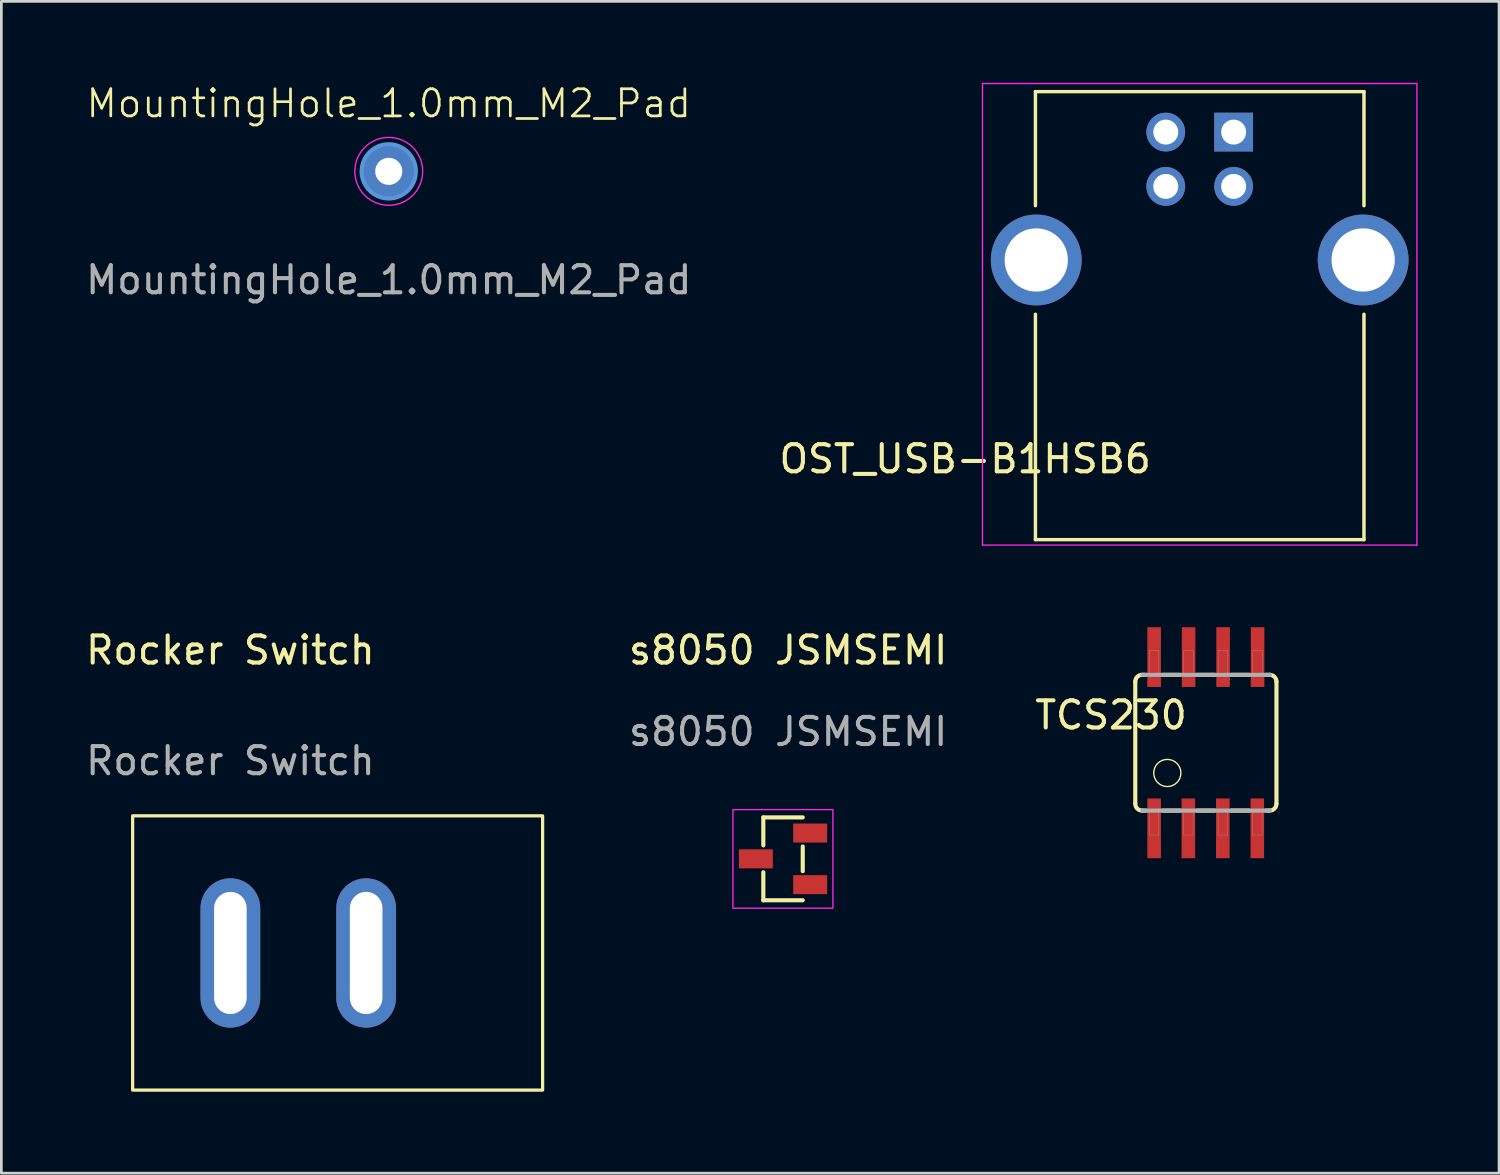
<source format=kicad_pcb>
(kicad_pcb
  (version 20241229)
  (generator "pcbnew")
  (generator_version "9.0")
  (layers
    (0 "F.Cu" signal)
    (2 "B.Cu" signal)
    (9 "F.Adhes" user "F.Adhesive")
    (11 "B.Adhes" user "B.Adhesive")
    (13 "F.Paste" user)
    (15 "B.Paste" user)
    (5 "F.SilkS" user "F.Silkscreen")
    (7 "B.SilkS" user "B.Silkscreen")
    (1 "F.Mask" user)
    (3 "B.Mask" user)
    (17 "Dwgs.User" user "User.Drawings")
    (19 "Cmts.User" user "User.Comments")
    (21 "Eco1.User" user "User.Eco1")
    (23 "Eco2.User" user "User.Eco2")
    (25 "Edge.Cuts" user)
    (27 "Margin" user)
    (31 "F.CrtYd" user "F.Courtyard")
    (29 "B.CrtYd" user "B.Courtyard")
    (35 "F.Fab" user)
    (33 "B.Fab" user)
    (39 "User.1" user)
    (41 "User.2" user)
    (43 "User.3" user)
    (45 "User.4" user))
  (footprint "Rocker Switch"
    (layer "F.Cu")
    (at 5.435 32.048)
    (property "Reference" "Rocker Switch" (at 0 -11.15 0) (unlocked yes) (layer "F.SilkS") (effects (font (size 1 1) (thickness 0.15))))
    (attr through_hole)
    (fp_rect (start 11.5 5.05) (end -3.6 -5.05) (stroke (width 0.12) (type solid)) (fill no) (layer "F.SilkS"))
    (fp_text user "${REFERENCE}" (at 0 -7.075 0) (unlocked yes) (layer "F.Fab") (effects (font (size 1 1) (thickness 0.15))))
    (pad "1" thru_hole oval (at 0 0) (size 2.2 5.5) (drill oval 1.2 4.5) (layers "*.Cu" "*.Mask"))
    (pad "2" thru_hole oval (at 5 0) (size 2.2 5.5) (drill oval 1.2 4.5) (layers "*.Cu" "*.Mask")))
  (footprint "MountingHole_1.0mm_M2_Pad"
    (layer "F.Cu")
    (at 11.268 4.761)
    (property "Reference" "MountingHole_1.0mm_M2_Pad" (at 0 -4 0) (unlocked yes) (layer "F.SilkS") (effects (font (size 1 1) (thickness 0.1))))
    (attr through_hole)
    (fp_circle (center 0 -1.5) (end 1 -1.5) (stroke (width 0.15) (type solid)) (fill no) (layer "Cmts.User"))
    (fp_circle (center 0 -1.5) (end 1.25 -1.5) (stroke (width 0.05) (type solid)) (fill no) (layer "F.CrtYd"))
    (fp_text user "${REFERENCE}" (at 0 2.5 0) (unlocked yes) (layer "F.Fab") (effects (font (size 1 1) (thickness 0.15))))
    (pad "1" thru_hole circle (at 0 -1.5) (size 2 2) (drill 1) (layers "*.Cu" "*.Mask")))
  (footprint "TCS230"
    (layer "F.Cu")
    (at 41.362 24.304)
    (property "Reference" "TCS230" (at -3.493 -1.016 180) (layer "F.SilkS") (effects (font (size 1 1) (thickness 0.15))))
    (attr smd)
    (fp_line (start -2.6 -2.25) (end -2.6 2.24) (stroke (width 0.152) (type solid)) (layer "F.SilkS"))
    (fp_line (start -2.21 -2.5) (end -2.34 -2.5) (stroke (width 0.152) (type solid)) (layer "F.SilkS"))
    (fp_line (start -2.21 2.5) (end -2.34 2.5) (stroke (width 0.152) (type solid)) (layer "F.SilkS"))
    (fp_line (start -1.59 -2.5) (end -0.95 -2.5) (stroke (width 0.152) (type solid)) (layer "F.SilkS"))
    (fp_line (start -0.95 2.5) (end -1.59 2.5) (stroke (width 0.152) (type solid)) (layer "F.SilkS"))
    (fp_line (start -0.32 -2.5) (end 0.32 -2.5) (stroke (width 0.152) (type solid)) (layer "F.SilkS"))
    (fp_line (start 0.32 2.5) (end -0.33 2.5) (stroke (width 0.152) (type solid)) (layer "F.SilkS"))
    (fp_line (start 0.95 -2.5) (end 1.59 -2.5) (stroke (width 0.152) (type solid)) (layer "F.SilkS"))
    (fp_line (start 1.59 2.5) (end 0.94 2.5) (stroke (width 0.152) (type solid)) (layer "F.SilkS"))
    (fp_line (start 2.2 2.5) (end 2.33 2.5) (stroke (width 0.152) (type solid)) (layer "F.SilkS"))
    (fp_line (start 2.21 -2.5) (end 2.36 -2.5) (stroke (width 0.152) (type solid)) (layer "F.SilkS"))
    (fp_line (start 2.6 2.25) (end 2.6 -2.25) (stroke (width 0.152) (type solid)) (layer "F.SilkS"))
    (fp_arc (start -2.6 -2.25) (mid -2.526777 -2.426777) (end -2.35 -2.5) (stroke (width 0.1524) (type solid)) (layer "F.SilkS"))
    (fp_arc (start -2.35 2.5) (mid -2.526777 2.426777) (end -2.6 2.25) (stroke (width 0.1524) (type solid)) (layer "F.SilkS"))
    (fp_arc (start 2.35 -2.5) (mid 2.526777 -2.426777) (end 2.6 -2.25) (stroke (width 0.1524) (type solid)) (layer "F.SilkS"))
    (fp_arc (start 2.6 2.25) (mid 2.526777 2.426777) (end 2.35 2.5) (stroke (width 0.1524) (type solid)) (layer "F.SilkS"))
    (fp_circle (center -1.42 1.115) (end -0.92 1.115) (stroke (width 0.051) (type solid)) (fill no) (layer "F.SilkS"))
    (fp_line (start -2.34 -2.5) (end 2.36 -2.5) (stroke (width 0.152) (type solid)) (layer "F.Fab"))
    (fp_line (start 2.36 2.5) (end -2.34 2.5) (stroke (width 0.152) (type solid)) (layer "F.Fab"))
    (fp_poly (pts (xy -2.08 -3.4) (xy -1.73 -3.4) (xy -1.73 -2.5) (xy -2.08 -2.5)) (stroke (width 0.01) (type solid)) (fill no) (layer "F.Fab"))
    (fp_poly (pts (xy -2.08 2.5) (xy -1.73 2.5) (xy -1.73 3.4) (xy -2.08 3.4)) (stroke (width 0.01) (type solid)) (fill no) (layer "F.Fab"))
    (fp_poly (pts (xy -0.82 2.5) (xy -0.47 2.5) (xy -0.47 3.4) (xy -0.82 3.4)) (stroke (width 0.01) (type solid)) (fill no) (layer "F.Fab"))
    (fp_poly (pts (xy -0.81 -3.4) (xy -0.46 -3.4) (xy -0.46 -2.5) (xy -0.81 -2.5)) (stroke (width 0.01) (type solid)) (fill no) (layer "F.Fab"))
    (fp_poly (pts (xy 0.45 2.5) (xy 0.8 2.5) (xy 0.8 3.4) (xy 0.45 3.4)) (stroke (width 0.01) (type solid)) (fill no) (layer "F.Fab"))
    (fp_poly (pts (xy 0.46 -3.4) (xy 0.81 -3.4) (xy 0.81 -2.5) (xy 0.46 -2.5)) (stroke (width 0.01) (type solid)) (fill no) (layer "F.Fab"))
    (fp_poly (pts (xy 1.72 2.5) (xy 2.07 2.5) (xy 2.07 3.4) (xy 1.72 3.4)) (stroke (width 0.01) (type solid)) (fill no) (layer "F.Fab"))
    (fp_poly (pts (xy 1.73 -3.4) (xy 2.08 -3.4) (xy 2.08 -2.5) (xy 1.73 -2.5)) (stroke (width 0.01) (type solid)) (fill no) (layer "F.Fab"))
    (pad "1" smd rect (at -1.905 3.154) (size 0.5 2.2) (layers "F.Cu" "F.Mask" "F.Paste"))
    (pad "2" smd rect (at -0.645 3.154) (size 0.5 2.2) (layers "F.Cu" "F.Mask" "F.Paste"))
    (pad "3" smd rect (at 0.625 3.154) (size 0.5 2.2) (layers "F.Cu" "F.Mask" "F.Paste"))
    (pad "4" smd rect (at 1.895 3.154) (size 0.5 2.2) (layers "F.Cu" "F.Mask" "F.Paste"))
    (pad "5" smd rect (at 1.905 -3.154) (size 0.5 2.2) (layers "F.Cu" "F.Mask" "F.Paste"))
    (pad "6" smd rect (at 0.635 -3.154) (size 0.5 2.2) (layers "F.Cu" "F.Mask" "F.Paste"))
    (pad "7" smd rect (at -0.635 -3.154) (size 0.5 2.2) (layers "F.Cu" "F.Mask" "F.Paste"))
    (pad "8" smd rect (at -1.905 -3.154) (size 0.5 2.2) (layers "F.Cu" "F.Mask" "F.Paste")))
  (footprint "OST_USB-B1HSB6"
    (layer "F.Cu")
    (at 41.135 6.525)
    (property "Reference" "OST_USB-B1HSB6" (at -8.638 7.328 180) (layer "F.SilkS") (effects (font (size 1 1) (thickness 0.15))))
    (attr through_hole)
    (fp_line (start -6.05 -6.2) (end 6.05 -6.2) (stroke (width 0.127) (type solid)) (layer "F.SilkS"))
    (fp_line (start -6.05 -2) (end -6.05 -6.2) (stroke (width 0.127) (type solid)) (layer "F.SilkS"))
    (fp_line (start -6.05 10.3) (end -6.05 2) (stroke (width 0.127) (type solid)) (layer "F.SilkS"))
    (fp_line (start 6.05 -6.2) (end 6.05 -2) (stroke (width 0.127) (type solid)) (layer "F.SilkS"))
    (fp_line (start 6.05 2) (end 6.05 10.3) (stroke (width 0.127) (type solid)) (layer "F.SilkS"))
    (fp_line (start 6.05 10.3) (end -6.05 10.3) (stroke (width 0.127) (type solid)) (layer "F.SilkS"))
    (fp_line (start -8 -6.5) (end 8 -6.5) (stroke (width 0.05) (type solid)) (layer "F.CrtYd"))
    (fp_line (start -8 10.5) (end -8 -6.5) (stroke (width 0.05) (type solid)) (layer "F.CrtYd"))
    (fp_line (start 8 -6.5) (end 8 10.5) (stroke (width 0.05) (type solid)) (layer "F.CrtYd"))
    (fp_line (start 8 10.5) (end -8 10.5) (stroke (width 0.05) (type solid)) (layer "F.CrtYd"))
    (pad "1" thru_hole rect (at 1.25 -4.71) (size 1.428 1.428) (drill 0.92) (layers "*.Cu" "*.Mask"))
    (pad "2" thru_hole circle (at -1.25 -4.71) (size 1.428 1.428) (drill 0.92) (layers "*.Cu" "*.Mask"))
    (pad "3" thru_hole circle (at -1.25 -2.71) (size 1.428 1.428) (drill 0.92) (layers "*.Cu" "*.Mask"))
    (pad "4" thru_hole circle (at 1.25 -2.71) (size 1.428 1.428) (drill 0.92) (layers "*.Cu" "*.Mask"))
    (pad "P1" thru_hole circle (at -6.02 0) (size 3.346 3.346) (drill 2.33) (layers "*.Cu" "*.Mask"))
    (pad "P2" thru_hole circle (at 6.02 0) (size 3.346 3.346) (drill 2.33) (layers "*.Cu" "*.Mask")))
  (footprint "s8050 JSMSEMI"
    (layer "F.Cu")
    (at 27.627 27.656)
    (property "Reference" "s8050 JSMSEMI" (at -1.65 -6.758 0) (unlocked yes) (layer "F.SilkS") (effects (font (size 1 1) (thickness 0.15))))
    (attr smd)
    (fp_line (start -2.564 -0.601) (end -2.564 0.43) (stroke (width 0.152) (type solid)) (layer "F.SilkS"))
    (fp_line (start -2.564 2.451) (end -2.564 1.42) (stroke (width 0.152) (type solid)) (layer "F.SilkS"))
    (fp_line (start -1.112 -0.601) (end -2.564 -0.601) (stroke (width 0.152) (type solid)) (layer "F.SilkS"))
    (fp_line (start -1.112 0.47) (end -1.112 1.38) (stroke (width 0.152) (type solid)) (layer "F.SilkS"))
    (fp_line (start -1.112 2.451) (end -2.564 2.451) (stroke (width 0.152) (type solid)) (layer "F.SilkS"))
    (fp_rect (start 0 -0.889) (end -3.683 2.743) (stroke (width 0.05) (type solid)) (fill no) (layer "F.CrtYd"))
    (fp_text user "${REFERENCE}" (at -1.65 -3.758 0) (unlocked yes) (layer "F.Fab") (effects (font (size 1 1) (thickness 0.15))))
    (pad "1" smd rect (at -0.838 1.875) (size 1.25 0.7) (layers "F.Cu" "F.Mask" "F.Paste"))
    (pad "2" smd rect (at -0.838 -0.025) (size 1.25 0.7) (layers "F.Cu" "F.Mask" "F.Paste"))
    (pad "3" smd rect (at -2.838 0.925) (size 1.25 0.7) (layers "F.Cu" "F.Mask" "F.Paste")))
  (gr_rect
    (start -3 -3)
    (end 52.16 40.158)
    (stroke (width 0.1) (type default))
    (fill no)
    (layer "Edge.Cuts")))
</source>
